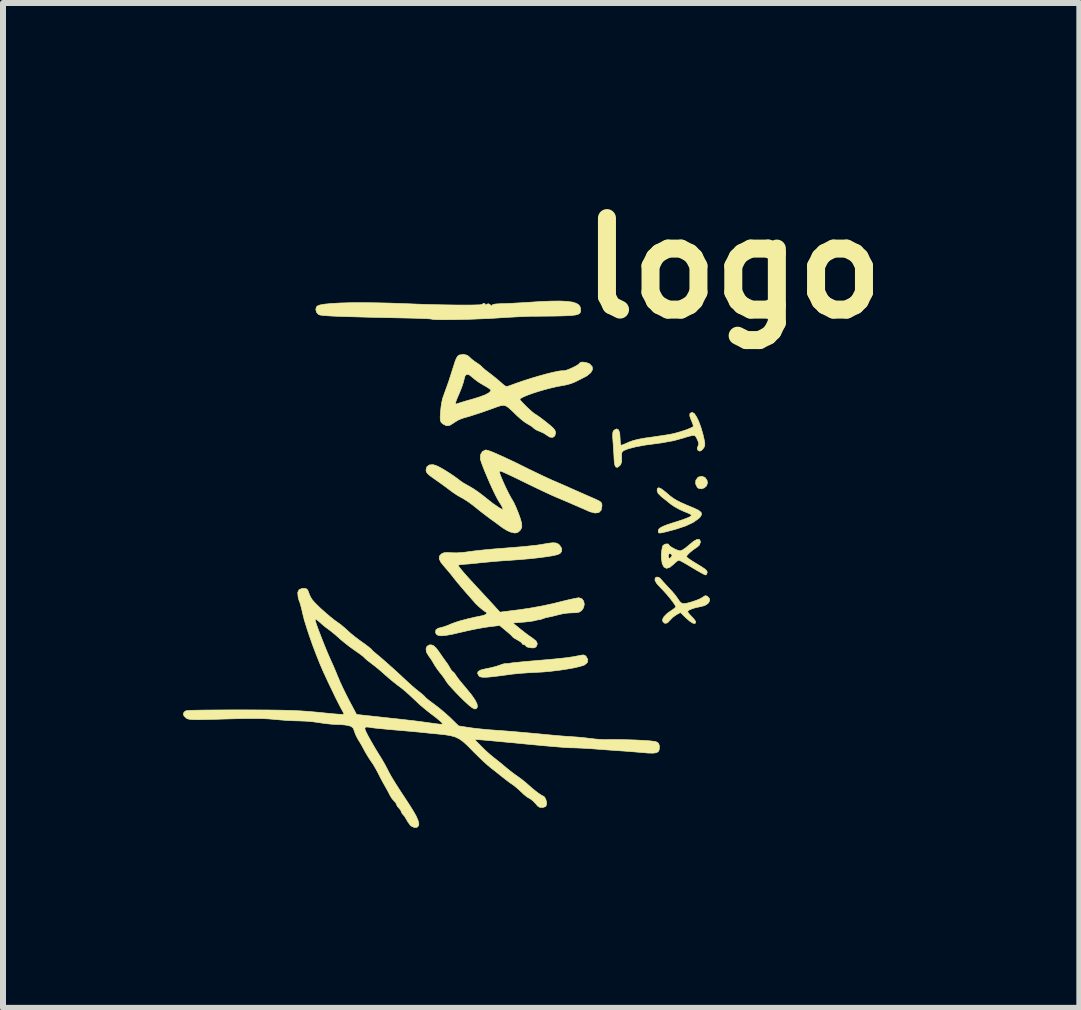
<source format=kicad_pcb>
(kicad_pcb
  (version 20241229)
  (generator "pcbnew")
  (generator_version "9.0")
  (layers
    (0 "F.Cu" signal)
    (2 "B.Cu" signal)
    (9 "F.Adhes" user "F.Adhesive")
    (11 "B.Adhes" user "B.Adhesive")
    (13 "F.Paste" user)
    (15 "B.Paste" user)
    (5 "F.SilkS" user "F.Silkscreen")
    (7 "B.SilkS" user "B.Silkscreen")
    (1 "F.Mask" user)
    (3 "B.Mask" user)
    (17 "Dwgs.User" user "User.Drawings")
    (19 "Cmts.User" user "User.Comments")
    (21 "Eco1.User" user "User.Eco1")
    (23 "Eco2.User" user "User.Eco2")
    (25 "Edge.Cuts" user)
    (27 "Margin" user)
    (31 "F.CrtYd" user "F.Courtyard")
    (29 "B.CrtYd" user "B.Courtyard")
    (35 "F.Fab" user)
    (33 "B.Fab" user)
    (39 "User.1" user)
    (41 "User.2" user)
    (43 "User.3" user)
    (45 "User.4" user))
  (footprint "logo"
    (layer "F.Cu")
    (at 9.166 1.418)
    (property "Reference" "logo" (at 0 0 0) (layer "F.SilkS") (effects (font (size 1.524 1.524) (thickness 0.3))))
    (attr through_hole)
    (fp_poly (pts (xy -0.471 3.487) (xy -0.438 3.533) (xy -0.43 3.575) (xy -0.445 3.625) (xy -0.484 3.66) (xy -0.534 3.676) (xy -0.581 3.666) (xy -0.601 3.649) (xy -0.628 3.592) (xy -0.624 3.533) (xy -0.591 3.487) (xy -0.577 3.478) (xy -0.521 3.467) (xy -0.471 3.487)) (stroke (width 0.01) (type solid)) (fill yes) (layer "F.SilkS"))
    (fp_poly (pts (xy -4.996 6.287) (xy -4.959 6.319) (xy -4.913 6.376) (xy -4.891 6.409) (xy -4.846 6.474) (xy -4.806 6.53) (xy -4.78 6.566) (xy -4.777 6.569) (xy -4.749 6.61) (xy -4.719 6.662) (xy -4.694 6.702) (xy -4.675 6.721) (xy -4.673 6.721) (xy -4.654 6.736) (xy -4.628 6.773) (xy -4.625 6.778) (xy -4.598 6.817) (xy -4.553 6.876) (xy -4.495 6.945) (xy -4.453 6.995) (xy -4.363 7.105) (xy -4.302 7.193) (xy -4.269 7.259) (xy -4.263 7.307) (xy -4.266 7.315) (xy -4.283 7.339) (xy -4.31 7.342) (xy -4.35 7.322) (xy -4.407 7.278) (xy -4.484 7.207) (xy -4.55 7.142) (xy -4.624 7.066) (xy -4.69 6.995) (xy -4.742 6.936) (xy -4.774 6.895) (xy -4.779 6.887) (xy -4.807 6.843) (xy -4.849 6.784) (xy -4.882 6.744) (xy -4.93 6.681) (xy -4.973 6.617) (xy -4.992 6.584) (xy -5.029 6.522) (xy -5.071 6.463) (xy -5.073 6.461) (xy -5.11 6.4) (xy -5.119 6.343) (xy -5.103 6.299) (xy -5.064 6.276) (xy -5.031 6.275) (xy -4.996 6.287)) (stroke (width 0.01) (type solid)) (fill yes) (layer "F.SilkS"))
    (fp_poly (pts (xy -2.47 6.451) (xy -2.453 6.466) (xy -2.423 6.52) (xy -2.431 6.569) (xy -2.476 6.608) (xy -2.488 6.614) (xy -2.556 6.635) (xy -2.654 6.658) (xy -2.773 6.679) (xy -2.905 6.699) (xy -3.041 6.715) (xy -3.173 6.727) (xy -3.283 6.733) (xy -3.406 6.739) (xy -3.544 6.749) (xy -3.677 6.762) (xy -3.751 6.772) (xy -3.9 6.792) (xy -4.016 6.806) (xy -4.101 6.814) (xy -4.162 6.815) (xy -4.203 6.811) (xy -4.228 6.801) (xy -4.237 6.793) (xy -4.26 6.751) (xy -4.251 6.719) (xy -4.206 6.693) (xy -4.125 6.673) (xy -4.113 6.671) (xy -4.03 6.654) (xy -3.949 6.633) (xy -3.896 6.615) (xy -3.843 6.596) (xy -3.806 6.587) (xy -3.798 6.587) (xy -3.769 6.587) (xy -3.72 6.581) (xy -3.712 6.579) (xy -3.671 6.573) (xy -3.599 6.566) (xy -3.503 6.556) (xy -3.39 6.546) (xy -3.273 6.536) (xy -3.072 6.519) (xy -2.906 6.503) (xy -2.771 6.488) (xy -2.664 6.472) (xy -2.58 6.456) (xy -2.556 6.451) (xy -2.503 6.442) (xy -2.47 6.451)) (stroke (width 0.01) (type solid)) (fill yes) (layer "F.SilkS"))
    (fp_poly (pts (xy -1.198 3.676) (xy -1.135 3.724) (xy -1.1 3.754) (xy -1.047 3.799) (xy -0.996 3.836) (xy -0.938 3.871) (xy -0.866 3.907) (xy -0.772 3.948) (xy -0.659 3.995) (xy -0.58 4.032) (xy -0.537 4.067) (xy -0.528 4.103) (xy -0.552 4.145) (xy -0.579 4.172) (xy -0.668 4.235) (xy -0.794 4.294) (xy -0.954 4.347) (xy -1.023 4.366) (xy -1.119 4.391) (xy -1.183 4.406) (xy -1.222 4.412) (xy -1.242 4.409) (xy -1.249 4.399) (xy -1.25 4.38) (xy -1.25 4.377) (xy -1.244 4.352) (xy -1.222 4.329) (xy -1.178 4.304) (xy -1.109 4.276) (xy -1.009 4.243) (xy -0.948 4.224) (xy -0.862 4.196) (xy -0.788 4.169) (xy -0.734 4.147) (xy -0.715 4.136) (xy -0.699 4.121) (xy -0.701 4.108) (xy -0.727 4.092) (xy -0.782 4.068) (xy -0.816 4.055) (xy -0.899 4.017) (xy -0.982 3.971) (xy -1.042 3.93) (xy -1.106 3.878) (xy -1.172 3.826) (xy -1.2 3.804) (xy -1.254 3.749) (xy -1.27 3.702) (xy -1.263 3.666) (xy -1.24 3.657) (xy -1.198 3.676)) (stroke (width 0.01) (type solid)) (fill yes) (layer "F.SilkS"))
    (fp_poly (pts (xy -1.239 5.15) (xy -1.207 5.179) (xy -1.174 5.217) (xy -1.125 5.271) (xy -1.07 5.331) (xy -1.066 5.334) (xy -1.01 5.395) (xy -0.961 5.454) (xy -0.929 5.499) (xy -0.928 5.5) (xy -0.894 5.551) (xy -0.863 5.579) (xy -0.825 5.588) (xy -0.769 5.58) (xy -0.695 5.56) (xy -0.619 5.534) (xy -0.553 5.507) (xy -0.511 5.483) (xy -0.508 5.48) (xy -0.47 5.456) (xy -0.437 5.462) (xy -0.434 5.464) (xy -0.397 5.502) (xy -0.395 5.545) (xy -0.422 5.586) (xy -0.476 5.62) (xy -0.544 5.638) (xy -0.619 5.653) (xy -0.687 5.674) (xy -0.738 5.696) (xy -0.761 5.717) (xy -0.762 5.72) (xy -0.749 5.742) (xy -0.716 5.78) (xy -0.694 5.803) (xy -0.653 5.847) (xy -0.629 5.883) (xy -0.625 5.895) (xy -0.637 5.919) (xy -0.67 5.915) (xy -0.72 5.885) (xy -0.783 5.831) (xy -0.786 5.828) (xy -0.88 5.736) (xy -0.945 5.771) (xy -1.003 5.812) (xy -1.052 5.861) (xy -1.053 5.863) (xy -1.098 5.909) (xy -1.138 5.917) (xy -1.171 5.892) (xy -1.18 5.854) (xy -1.155 5.806) (xy -1.101 5.751) (xy -1.044 5.711) (xy -0.995 5.677) (xy -0.964 5.651) (xy -0.957 5.641) (xy -0.97 5.613) (xy -1.003 5.565) (xy -1.05 5.503) (xy -1.106 5.436) (xy -1.164 5.371) (xy -1.209 5.325) (xy -1.275 5.253) (xy -1.305 5.199) (xy -1.301 5.161) (xy -1.277 5.145) (xy -1.239 5.15)) (stroke (width 0.01) (type solid)) (fill yes) (layer "F.SilkS"))
    (fp_poly (pts (xy -0.548 4.549) (xy -0.547 4.563) (xy -0.566 4.614) (xy -0.602 4.646) (xy -0.662 4.686) (xy -0.718 4.731) (xy -0.761 4.772) (xy -0.781 4.801) (xy -0.782 4.804) (xy -0.766 4.822) (xy -0.723 4.853) (xy -0.66 4.894) (xy -0.605 4.927) (xy -0.522 4.978) (xy -0.468 5.015) (xy -0.441 5.043) (xy -0.434 5.066) (xy -0.434 5.068) (xy -0.447 5.102) (xy -0.459 5.111) (xy -0.482 5.103) (xy -0.532 5.077) (xy -0.599 5.039) (xy -0.679 4.991) (xy -0.681 4.99) (xy -0.761 4.942) (xy -0.83 4.902) (xy -0.881 4.875) (xy -0.906 4.865) (xy -0.907 4.865) (xy -0.933 4.878) (xy -0.974 4.911) (xy -0.996 4.933) (xy -1.06 4.985) (xy -1.113 5) (xy -1.155 4.978) (xy -1.184 4.923) (xy -1.197 4.834) (xy -1.197 4.808) (xy -1.08 4.808) (xy -1.069 4.836) (xy -1.051 4.829) (xy -1.039 4.818) (xy -1.019 4.787) (xy -1.03 4.765) (xy -1.06 4.752) (xy -1.08 4.769) (xy -1.08 4.808) (xy -1.197 4.808) (xy -1.198 4.773) (xy -1.192 4.703) (xy -1.182 4.647) (xy -1.171 4.619) (xy -1.141 4.599) (xy -1.105 4.592) (xy -1.079 4.598) (xy -1.075 4.607) (xy -1.058 4.628) (xy -1.018 4.655) (xy -0.967 4.682) (xy -0.916 4.702) (xy -0.883 4.709) (xy -0.85 4.696) (xy -0.799 4.663) (xy -0.742 4.616) (xy -0.736 4.611) (xy -0.661 4.549) (xy -0.603 4.518) (xy -0.565 4.518) (xy -0.548 4.549)) (stroke (width 0.01) (type solid)) (fill yes) (layer "F.SilkS"))
    (fp_poly (pts (xy -0.65 2.421) (xy -0.615 2.472) (xy -0.577 2.549) (xy -0.541 2.646) (xy -0.508 2.758) (xy -0.498 2.798) (xy -0.481 2.875) (xy -0.474 2.924) (xy -0.476 2.957) (xy -0.487 2.984) (xy -0.496 2.998) (xy -0.528 3.034) (xy -0.558 3.048) (xy -0.59 3.033) (xy -0.601 2.998) (xy -0.587 2.962) (xy -0.575 2.932) (xy -0.585 2.888) (xy -0.593 2.866) (xy -0.617 2.818) (xy -0.64 2.788) (xy -0.643 2.785) (xy -0.67 2.785) (xy -0.725 2.797) (xy -0.797 2.817) (xy -0.836 2.83) (xy -0.996 2.874) (xy -1.19 2.909) (xy -1.275 2.921) (xy -1.47 2.947) (xy -1.626 2.976) (xy -1.746 3.007) (xy -1.816 3.034) (xy -1.846 3.053) (xy -1.859 3.08) (xy -1.861 3.128) (xy -1.859 3.152) (xy -1.86 3.224) (xy -1.876 3.271) (xy -1.887 3.284) (xy -1.924 3.316) (xy -1.951 3.315) (xy -1.967 3.297) (xy -1.977 3.264) (xy -1.984 3.208) (xy -1.986 3.175) (xy -1.989 3.109) (xy -1.995 3.021) (xy -2.001 2.926) (xy -2.003 2.901) (xy -2.009 2.815) (xy -2.009 2.759) (xy -2.004 2.725) (xy -1.991 2.704) (xy -1.984 2.697) (xy -1.942 2.677) (xy -1.911 2.694) (xy -1.892 2.745) (xy -1.886 2.831) (xy -1.883 2.893) (xy -1.876 2.936) (xy -1.868 2.95) (xy -1.842 2.942) (xy -1.793 2.922) (xy -1.745 2.9) (xy -1.678 2.875) (xy -1.592 2.852) (xy -1.48 2.831) (xy -1.358 2.814) (xy -1.249 2.798) (xy -1.147 2.783) (xy -1.062 2.769) (xy -1.003 2.757) (xy -0.992 2.755) (xy -0.884 2.725) (xy -0.791 2.695) (xy -0.72 2.667) (xy -0.676 2.645) (xy -0.665 2.631) (xy -0.673 2.6) (xy -0.692 2.55) (xy -0.701 2.53) (xy -0.725 2.462) (xy -0.723 2.421) (xy -0.695 2.404) (xy -0.681 2.403) (xy -0.65 2.421)) (stroke (width 0.01) (type solid)) (fill yes) (layer "F.SilkS"))
    (fp_poly (pts (xy -2.766 0.553) (xy -2.678 0.565) (xy -2.615 0.585) (xy -2.573 0.612) (xy -2.55 0.647) (xy -2.544 0.676) (xy -2.543 0.715) (xy -2.553 0.745) (xy -2.579 0.765) (xy -2.626 0.779) (xy -2.698 0.788) (xy -2.8 0.793) (xy -2.899 0.796) (xy -3.016 0.798) (xy -3.132 0.799) (xy -3.236 0.8) (xy -3.315 0.801) (xy -3.331 0.8) (xy -3.391 0.801) (xy -3.481 0.805) (xy -3.595 0.81) (xy -3.726 0.817) (xy -3.865 0.825) (xy -3.936 0.83) (xy -4.072 0.838) (xy -4.217 0.844) (xy -4.364 0.85) (xy -4.509 0.854) (xy -4.646 0.857) (xy -4.771 0.858) (xy -4.876 0.858) (xy -4.958 0.856) (xy -5.01 0.852) (xy -5.027 0.848) (xy -5.048 0.845) (xy -5.102 0.841) (xy -5.182 0.838) (xy -5.281 0.834) (xy -5.365 0.832) (xy -5.645 0.826) (xy -5.888 0.821) (xy -6.097 0.816) (xy -6.275 0.811) (xy -6.425 0.807) (xy -6.548 0.803) (xy -6.648 0.799) (xy -6.728 0.795) (xy -6.789 0.791) (xy -6.835 0.787) (xy -6.868 0.783) (xy -6.89 0.778) (xy -6.905 0.773) (xy -6.912 0.769) (xy -6.945 0.731) (xy -6.955 0.682) (xy -6.94 0.639) (xy -6.931 0.631) (xy -6.888 0.613) (xy -6.809 0.599) (xy -6.697 0.588) (xy -6.554 0.58) (xy -6.384 0.575) (xy -6.19 0.574) (xy -5.974 0.576) (xy -5.739 0.581) (xy -5.488 0.59) (xy -5.402 0.593) (xy -5.255 0.599) (xy -5.1 0.604) (xy -4.943 0.608) (xy -4.789 0.611) (xy -4.642 0.613) (xy -4.507 0.614) (xy -4.39 0.614) (xy -4.296 0.612) (xy -4.229 0.61) (xy -4.194 0.606) (xy -4.19 0.604) (xy -4.163 0.588) (xy -4.15 0.586) (xy -4.131 0.597) (xy -4.135 0.611) (xy -4.137 0.622) (xy -4.116 0.607) (xy -4.083 0.591) (xy -4.059 0.603) (xy -4.033 0.621) (xy -4.012 0.624) (xy -4.013 0.61) (xy -3.999 0.603) (xy -3.955 0.596) (xy -3.889 0.592) (xy -3.862 0.591) (xy -3.781 0.589) (xy -3.675 0.584) (xy -3.555 0.577) (xy -3.436 0.57) (xy -3.419 0.569) (xy -3.205 0.555) (xy -3.027 0.548) (xy -2.881 0.547) (xy -2.766 0.553)) (stroke (width 0.01) (type solid)) (fill yes) (layer "F.SilkS"))
    (fp_poly (pts (xy -4.079 3.038) (xy -4.009 3.064) (xy -3.908 3.108) (xy -3.779 3.167) (xy -3.622 3.241) (xy -3.442 3.33) (xy -3.41 3.346) (xy -3.304 3.397) (xy -3.2 3.447) (xy -3.108 3.49) (xy -3.038 3.522) (xy -3.019 3.531) (xy -2.948 3.561) (xy -2.856 3.601) (xy -2.76 3.643) (xy -2.716 3.663) (xy -2.612 3.709) (xy -2.497 3.76) (xy -2.39 3.807) (xy -2.359 3.82) (xy -2.28 3.855) (xy -2.23 3.88) (xy -2.203 3.901) (xy -2.191 3.924) (xy -2.188 3.953) (xy -2.188 3.962) (xy -2.201 4.031) (xy -2.239 4.07) (xy -2.301 4.079) (xy -2.385 4.058) (xy -2.421 4.043) (xy -2.482 4.015) (xy -2.534 3.993) (xy -2.55 3.986) (xy -2.591 3.968) (xy -2.65 3.943) (xy -2.677 3.931) (xy -2.734 3.906) (xy -2.814 3.872) (xy -2.903 3.834) (xy -2.951 3.814) (xy -3.029 3.78) (xy -3.132 3.732) (xy -3.251 3.676) (xy -3.377 3.615) (xy -3.495 3.558) (xy -3.604 3.504) (xy -3.703 3.457) (xy -3.785 3.419) (xy -3.845 3.392) (xy -3.877 3.381) (xy -3.88 3.38) (xy -3.894 3.387) (xy -3.892 3.413) (xy -3.873 3.465) (xy -3.87 3.473) (xy -3.831 3.565) (xy -3.786 3.663) (xy -3.741 3.754) (xy -3.702 3.826) (xy -3.685 3.854) (xy -3.652 3.912) (xy -3.615 3.994) (xy -3.578 4.086) (xy -3.547 4.173) (xy -3.528 4.243) (xy -3.525 4.257) (xy -3.523 4.316) (xy -3.545 4.359) (xy -3.555 4.372) (xy -3.595 4.404) (xy -3.64 4.412) (xy -3.702 4.398) (xy -3.726 4.39) (xy -3.777 4.365) (xy -3.841 4.326) (xy -3.879 4.298) (xy -3.942 4.251) (xy -4.004 4.206) (xy -4.032 4.186) (xy -4.109 4.129) (xy -4.215 4.047) (xy -4.349 3.94) (xy -4.356 3.935) (xy -4.425 3.885) (xy -4.501 3.837) (xy -4.533 3.82) (xy -4.601 3.781) (xy -4.677 3.73) (xy -4.72 3.698) (xy -4.782 3.651) (xy -4.862 3.593) (xy -4.945 3.534) (xy -4.968 3.518) (xy -5.041 3.466) (xy -5.087 3.428) (xy -5.111 3.397) (xy -5.119 3.369) (xy -5.119 3.361) (xy -5.104 3.307) (xy -5.062 3.277) (xy -5 3.273) (xy -4.949 3.288) (xy -4.893 3.315) (xy -4.816 3.359) (xy -4.731 3.412) (xy -4.649 3.467) (xy -4.579 3.518) (xy -4.554 3.538) (xy -4.511 3.569) (xy -4.448 3.606) (xy -4.397 3.634) (xy -4.331 3.673) (xy -4.25 3.728) (xy -4.168 3.79) (xy -4.139 3.813) (xy -4.007 3.918) (xy -3.898 3.992) (xy -3.844 4.021) (xy -3.836 4.015) (xy -3.846 3.986) (xy -3.869 3.942) (xy -3.897 3.898) (xy -3.926 3.85) (xy -3.965 3.775) (xy -4.01 3.681) (xy -4.058 3.576) (xy -4.105 3.467) (xy -4.148 3.364) (xy -4.183 3.273) (xy -4.207 3.204) (xy -4.215 3.169) (xy -4.21 3.105) (xy -4.18 3.055) (xy -4.132 3.03) (xy -4.117 3.028) (xy -4.079 3.038)) (stroke (width 0.01) (type solid)) (fill yes) (layer "F.SilkS"))
    (fp_poly (pts (xy -4.429 1.452) (xy -4.391 1.484) (xy -4.36 1.514) (xy -4.311 1.552) (xy -4.285 1.569) (xy -4.235 1.603) (xy -4.2 1.631) (xy -4.191 1.641) (xy -4.17 1.662) (xy -4.126 1.699) (xy -4.069 1.742) (xy -4.067 1.744) (xy -3.995 1.8) (xy -3.92 1.861) (xy -3.872 1.903) (xy -3.823 1.946) (xy -3.79 1.967) (xy -3.761 1.968) (xy -3.726 1.957) (xy -3.611 1.915) (xy -3.486 1.872) (xy -3.356 1.831) (xy -3.228 1.793) (xy -3.108 1.76) (xy -3.002 1.734) (xy -2.917 1.716) (xy -2.858 1.708) (xy -2.835 1.709) (xy -2.803 1.706) (xy -2.751 1.689) (xy -2.69 1.663) (xy -2.631 1.634) (xy -2.584 1.606) (xy -2.56 1.584) (xy -2.56 1.581) (xy -2.543 1.567) (xy -2.503 1.564) (xy -2.453 1.571) (xy -2.405 1.588) (xy -2.393 1.595) (xy -2.351 1.639) (xy -2.345 1.689) (xy -2.375 1.741) (xy -2.438 1.793) (xy -2.477 1.814) (xy -2.549 1.851) (xy -2.625 1.889) (xy -2.641 1.897) (xy -2.707 1.923) (xy -2.789 1.945) (xy -2.842 1.955) (xy -2.933 1.971) (xy -3.036 1.995) (xy -3.144 2.023) (xy -3.253 2.055) (xy -3.354 2.088) (xy -3.441 2.12) (xy -3.508 2.149) (xy -3.548 2.173) (xy -3.556 2.185) (xy -3.543 2.205) (xy -3.508 2.243) (xy -3.46 2.292) (xy -3.407 2.343) (xy -3.357 2.388) (xy -3.318 2.42) (xy -3.302 2.43) (xy -3.275 2.447) (xy -3.225 2.482) (xy -3.161 2.53) (xy -3.116 2.565) (xy -3.043 2.625) (xy -2.996 2.668) (xy -2.971 2.701) (xy -2.961 2.731) (xy -2.96 2.744) (xy -2.974 2.795) (xy -3.009 2.819) (xy -3.059 2.813) (xy -3.101 2.786) (xy -3.159 2.748) (xy -3.224 2.719) (xy -3.227 2.718) (xy -3.281 2.695) (xy -3.32 2.669) (xy -3.324 2.665) (xy -3.356 2.637) (xy -3.407 2.605) (xy -3.424 2.596) (xy -3.475 2.564) (xy -3.54 2.513) (xy -3.607 2.453) (xy -3.621 2.439) (xy -3.695 2.367) (xy -3.749 2.319) (xy -3.792 2.292) (xy -3.833 2.284) (xy -3.881 2.292) (xy -3.945 2.313) (xy -3.996 2.332) (xy -4.195 2.403) (xy -4.385 2.464) (xy -4.506 2.499) (xy -4.573 2.525) (xy -4.642 2.566) (xy -4.66 2.579) (xy -4.724 2.619) (xy -4.778 2.625) (xy -4.834 2.597) (xy -4.853 2.582) (xy -4.871 2.561) (xy -4.88 2.533) (xy -4.883 2.488) (xy -4.879 2.417) (xy -4.877 2.389) (xy -4.868 2.302) (xy -4.859 2.247) (xy -4.628 2.247) (xy -4.625 2.262) (xy -4.61 2.261) (xy -4.6 2.257) (xy -4.566 2.246) (xy -4.504 2.227) (xy -4.424 2.203) (xy -4.358 2.185) (xy -4.228 2.145) (xy -4.13 2.108) (xy -4.067 2.073) (xy -4.039 2.043) (xy -4.043 2.023) (xy -4.071 2.002) (xy -4.121 1.97) (xy -4.166 1.945) (xy -4.239 1.901) (xy -4.31 1.849) (xy -4.341 1.822) (xy -4.398 1.777) (xy -4.44 1.767) (xy -4.468 1.793) (xy -4.484 1.85) (xy -4.498 1.906) (xy -4.523 1.981) (xy -4.554 2.059) (xy -4.555 2.061) (xy -4.594 2.152) (xy -4.618 2.212) (xy -4.628 2.247) (xy -4.859 2.247) (xy -4.854 2.221) (xy -4.84 2.161) (xy -4.837 2.154) (xy -4.74 1.883) (xy -4.661 1.636) (xy -4.634 1.551) (xy -4.611 1.496) (xy -4.59 1.464) (xy -4.564 1.447) (xy -4.56 1.445) (xy -4.492 1.435) (xy -4.429 1.452)) (stroke (width 0.01) (type solid)) (fill yes) (layer "F.SilkS"))
    (fp_poly (pts (xy -2.957 4.577) (xy -2.921 4.591) (xy -2.892 4.615) (xy -2.858 4.67) (xy -2.861 4.72) (xy -2.887 4.753) (xy -2.924 4.77) (xy -2.997 4.788) (xy -3.102 4.805) (xy -3.234 4.823) (xy -3.391 4.84) (xy -3.569 4.855) (xy -3.716 4.866) (xy -3.841 4.874) (xy -3.968 4.884) (xy -4.086 4.895) (xy -4.181 4.904) (xy -4.211 4.907) (xy -4.303 4.917) (xy -4.393 4.926) (xy -4.464 4.931) (xy -4.479 4.932) (xy -4.536 4.937) (xy -4.575 4.944) (xy -4.583 4.948) (xy -4.576 4.965) (xy -4.544 5.007) (xy -4.488 5.074) (xy -4.405 5.167) (xy -4.296 5.286) (xy -4.166 5.426) (xy -4.099 5.498) (xy -4.033 5.57) (xy -3.978 5.63) (xy -3.961 5.649) (xy -3.888 5.73) (xy -3.561 5.689) (xy -3.374 5.661) (xy -3.176 5.625) (xy -2.988 5.584) (xy -2.928 5.569) (xy -2.82 5.542) (xy -2.723 5.519) (xy -2.643 5.502) (xy -2.589 5.492) (xy -2.572 5.49) (xy -2.523 5.506) (xy -2.492 5.547) (xy -2.482 5.601) (xy -2.496 5.659) (xy -2.526 5.702) (xy -2.564 5.728) (xy -2.612 5.739) (xy -2.678 5.741) (xy -2.756 5.745) (xy -2.848 5.758) (xy -2.911 5.773) (xy -2.982 5.791) (xy -3.043 5.806) (xy -3.077 5.812) (xy -3.124 5.822) (xy -3.171 5.838) (xy -3.214 5.853) (xy -3.239 5.857) (xy -3.267 5.86) (xy -3.298 5.869) (xy -3.339 5.878) (xy -3.405 5.887) (xy -3.486 5.896) (xy -3.508 5.897) (xy -3.672 5.91) (xy -3.55 6.01) (xy -3.479 6.066) (xy -3.407 6.12) (xy -3.349 6.16) (xy -3.346 6.162) (xy -3.285 6.211) (xy -3.264 6.257) (xy -3.281 6.301) (xy -3.286 6.307) (xy -3.311 6.323) (xy -3.349 6.326) (xy -3.41 6.317) (xy -3.414 6.317) (xy -3.449 6.303) (xy -3.458 6.29) (xy -3.474 6.274) (xy -3.488 6.272) (xy -3.514 6.262) (xy -3.517 6.253) (xy -3.533 6.233) (xy -3.573 6.206) (xy -3.593 6.195) (xy -3.641 6.168) (xy -3.672 6.146) (xy -3.676 6.14) (xy -3.694 6.121) (xy -3.733 6.085) (xy -3.786 6.04) (xy -3.787 6.039) (xy -3.892 5.952) (xy -4.081 5.975) (xy -4.172 5.989) (xy -4.287 6.01) (xy -4.413 6.036) (xy -4.535 6.064) (xy -4.552 6.068) (xy -4.689 6.1) (xy -4.794 6.118) (xy -4.869 6.124) (xy -4.92 6.116) (xy -4.949 6.095) (xy -4.96 6.069) (xy -4.955 6.026) (xy -4.919 5.999) (xy -4.867 5.986) (xy -4.812 5.971) (xy -4.743 5.945) (xy -4.713 5.931) (xy -4.643 5.904) (xy -4.545 5.873) (xy -4.426 5.842) (xy -4.297 5.812) (xy -4.196 5.792) (xy -4.142 5.777) (xy -4.11 5.757) (xy -4.106 5.738) (xy -4.121 5.729) (xy -4.149 5.711) (xy -4.193 5.677) (xy -4.242 5.635) (xy -4.284 5.595) (xy -4.3 5.578) (xy -4.319 5.556) (xy -4.358 5.512) (xy -4.41 5.452) (xy -4.459 5.397) (xy -4.524 5.321) (xy -4.587 5.247) (xy -4.637 5.185) (xy -4.66 5.156) (xy -4.705 5.098) (xy -4.763 5.029) (xy -4.811 4.974) (xy -4.871 4.9) (xy -4.899 4.842) (xy -4.896 4.797) (xy -4.863 4.76) (xy -4.861 4.759) (xy -4.822 4.741) (xy -4.767 4.736) (xy -4.699 4.74) (xy -4.606 4.742) (xy -4.491 4.734) (xy -4.396 4.721) (xy -4.32 4.711) (xy -4.214 4.699) (xy -4.086 4.686) (xy -3.948 4.674) (xy -3.806 4.663) (xy -3.771 4.66) (xy -3.633 4.649) (xy -3.499 4.638) (xy -3.376 4.625) (xy -3.273 4.614) (xy -3.199 4.603) (xy -3.183 4.6) (xy -3.08 4.582) (xy -3.007 4.574) (xy -2.957 4.577)) (stroke (width 0.01) (type solid)) (fill yes) (layer "F.SilkS"))
    (fp_poly (pts (xy -7.121 5.337) (xy -7.096 5.353) (xy -7.077 5.391) (xy -7.065 5.427) (xy -7.044 5.476) (xy -7.013 5.525) (xy -6.964 5.58) (xy -6.893 5.65) (xy -6.863 5.678) (xy -6.786 5.746) (xy -6.711 5.81) (xy -6.647 5.861) (xy -6.609 5.888) (xy -6.546 5.933) (xy -6.477 5.99) (xy -6.439 6.025) (xy -6.383 6.076) (xy -6.308 6.137) (xy -6.226 6.199) (xy -6.197 6.22) (xy -6.128 6.269) (xy -6.071 6.313) (xy -6.033 6.344) (xy -6.024 6.355) (xy -5.999 6.381) (xy -5.956 6.418) (xy -5.94 6.431) (xy -5.895 6.468) (xy -5.828 6.526) (xy -5.744 6.6) (xy -5.65 6.684) (xy -5.553 6.773) (xy -5.457 6.862) (xy -5.422 6.895) (xy -5.355 6.956) (xy -5.283 7.017) (xy -5.236 7.054) (xy -5.185 7.095) (xy -5.147 7.129) (xy -5.134 7.144) (xy -5.112 7.166) (xy -5.066 7.203) (xy -5.005 7.249) (xy -4.977 7.269) (xy -4.893 7.334) (xy -4.8 7.412) (xy -4.716 7.488) (xy -4.706 7.498) (xy -4.576 7.625) (xy -4.403 7.652) (xy -4.318 7.664) (xy -4.207 7.676) (xy -4.083 7.688) (xy -3.96 7.697) (xy -3.937 7.699) (xy -3.821 7.707) (xy -3.679 7.718) (xy -3.522 7.732) (xy -3.365 7.746) (xy -3.234 7.758) (xy -3.101 7.771) (xy -2.972 7.783) (xy -2.855 7.793) (xy -2.76 7.8) (xy -2.693 7.804) (xy -2.687 7.805) (xy -2.596 7.811) (xy -2.49 7.821) (xy -2.391 7.833) (xy -2.39 7.833) (xy -2.296 7.844) (xy -2.2 7.851) (xy -2.121 7.854) (xy -2.116 7.853) (xy -2.003 7.852) (xy -1.878 7.853) (xy -1.75 7.856) (xy -1.625 7.86) (xy -1.509 7.866) (xy -1.41 7.872) (xy -1.335 7.88) (xy -1.29 7.887) (xy -1.285 7.889) (xy -1.247 7.913) (xy -1.232 7.952) (xy -1.231 7.98) (xy -1.235 8.024) (xy -1.25 8.054) (xy -1.283 8.072) (xy -1.338 8.079) (xy -1.421 8.077) (xy -1.527 8.068) (xy -1.634 8.059) (xy -1.743 8.05) (xy -1.838 8.043) (xy -1.885 8.04) (xy -1.958 8.035) (xy -2.057 8.028) (xy -2.17 8.02) (xy -2.284 8.011) (xy -2.296 8.01) (xy -2.407 8.002) (xy -2.516 7.996) (xy -2.611 7.992) (xy -2.679 7.99) (xy -2.687 7.99) (xy -2.733 7.989) (xy -2.814 7.984) (xy -2.922 7.975) (xy -3.054 7.964) (xy -3.202 7.951) (xy -3.362 7.936) (xy -3.497 7.923) (xy -3.659 7.907) (xy -3.812 7.893) (xy -3.949 7.88) (xy -4.067 7.869) (xy -4.159 7.861) (xy -4.222 7.856) (xy -4.248 7.854) (xy -4.307 7.854) (xy -4.2 7.964) (xy -4.132 8.031) (xy -4.057 8.098) (xy -3.996 8.149) (xy -3.929 8.201) (xy -3.85 8.265) (xy -3.781 8.323) (xy -3.712 8.379) (xy -3.642 8.432) (xy -3.586 8.471) (xy -3.585 8.472) (xy -3.522 8.518) (xy -3.454 8.573) (xy -3.429 8.595) (xy -3.361 8.655) (xy -3.294 8.71) (xy -3.234 8.755) (xy -3.189 8.784) (xy -3.17 8.792) (xy -3.145 8.809) (xy -3.123 8.85) (xy -3.11 8.899) (xy -3.11 8.931) (xy -3.124 8.966) (xy -3.162 8.982) (xy -3.178 8.984) (xy -3.223 8.982) (xy -3.26 8.959) (xy -3.291 8.922) (xy -3.337 8.874) (xy -3.385 8.838) (xy -3.396 8.833) (xy -3.44 8.806) (xy -3.494 8.762) (xy -3.527 8.73) (xy -3.585 8.676) (xy -3.646 8.625) (xy -3.673 8.605) (xy -3.727 8.568) (xy -3.793 8.518) (xy -3.839 8.482) (xy -3.911 8.424) (xy -3.992 8.36) (xy -4.042 8.321) (xy -4.096 8.276) (xy -4.168 8.211) (xy -4.249 8.133) (xy -4.331 8.052) (xy -4.345 8.037) (xy -4.431 7.95) (xy -4.502 7.886) (xy -4.567 7.84) (xy -4.634 7.808) (xy -4.712 7.787) (xy -4.812 7.771) (xy -4.94 7.758) (xy -4.953 7.757) (xy -5.047 7.748) (xy -5.132 7.739) (xy -5.197 7.733) (xy -5.227 7.729) (xy -5.264 7.726) (xy -5.333 7.719) (xy -5.427 7.711) (xy -5.538 7.701) (xy -5.659 7.691) (xy -5.66 7.691) (xy -5.778 7.68) (xy -5.885 7.67) (xy -5.972 7.661) (xy -6.034 7.653) (xy -6.065 7.647) (xy -6.065 7.647) (xy -6.11 7.643) (xy -6.126 7.647) (xy -6.138 7.658) (xy -6.135 7.683) (xy -6.117 7.727) (xy -6.081 7.797) (xy -6.074 7.81) (xy -6.022 7.902) (xy -5.964 8.002) (xy -5.911 8.088) (xy -5.907 8.095) (xy -5.855 8.179) (xy -5.802 8.271) (xy -5.761 8.349) (xy -5.733 8.404) (xy -5.702 8.46) (xy -5.666 8.521) (xy -5.621 8.593) (xy -5.565 8.681) (xy -5.492 8.792) (xy -5.421 8.9) (xy -5.341 9.026) (xy -5.284 9.125) (xy -5.251 9.201) (xy -5.238 9.256) (xy -5.242 9.288) (xy -5.27 9.315) (xy -5.314 9.317) (xy -5.362 9.296) (xy -5.384 9.276) (xy -5.421 9.225) (xy -5.451 9.173) (xy -5.479 9.128) (xy -5.504 9.1) (xy -5.505 9.099) (xy -5.527 9.07) (xy -5.529 9.058) (xy -5.543 9.027) (xy -5.568 8.997) (xy -5.598 8.963) (xy -5.608 8.939) (xy -5.621 8.91) (xy -5.649 8.878) (xy -5.688 8.833) (xy -5.718 8.783) (xy -5.744 8.732) (xy -5.78 8.666) (xy -5.803 8.626) (xy -5.846 8.549) (xy -5.891 8.463) (xy -5.912 8.421) (xy -5.954 8.342) (xy -6.003 8.259) (xy -6.029 8.222) (xy -6.078 8.148) (xy -6.128 8.065) (xy -6.149 8.026) (xy -6.187 7.956) (xy -6.227 7.888) (xy -6.247 7.857) (xy -6.282 7.792) (xy -6.31 7.722) (xy -6.311 7.716) (xy -6.331 7.663) (xy -6.364 7.635) (xy -6.404 7.621) (xy -6.464 7.61) (xy -6.543 7.603) (xy -6.604 7.601) (xy -6.687 7.597) (xy -6.788 7.587) (xy -6.886 7.573) (xy -6.897 7.571) (xy -7.003 7.556) (xy -7.121 7.546) (xy -7.227 7.542) (xy -7.229 7.542) (xy -7.333 7.539) (xy -7.451 7.533) (xy -7.561 7.524) (xy -7.571 7.523) (xy -7.661 7.515) (xy -7.747 7.508) (xy -7.837 7.504) (xy -7.935 7.502) (xy -8.048 7.502) (xy -8.182 7.503) (xy -8.342 7.507) (xy -8.535 7.512) (xy -8.552 7.513) (xy -8.708 7.517) (xy -8.831 7.52) (xy -8.923 7.521) (xy -8.992 7.52) (xy -9.04 7.517) (xy -9.074 7.512) (xy -9.097 7.505) (xy -9.114 7.495) (xy -9.154 7.455) (xy -9.161 7.414) (xy -9.135 7.382) (xy -9.11 7.371) (xy -9.08 7.368) (xy -9.014 7.365) (xy -8.919 7.363) (xy -8.796 7.361) (xy -8.652 7.36) (xy -8.489 7.359) (xy -8.313 7.358) (xy -8.167 7.358) (xy -7.942 7.359) (xy -7.751 7.36) (xy -7.588 7.362) (xy -7.449 7.365) (xy -7.328 7.369) (xy -7.219 7.374) (xy -7.119 7.381) (xy -7.02 7.389) (xy -6.919 7.398) (xy -6.888 7.401) (xy -6.769 7.413) (xy -6.664 7.423) (xy -6.578 7.43) (xy -6.518 7.433) (xy -6.49 7.433) (xy -6.488 7.433) (xy -6.491 7.412) (xy -6.511 7.373) (xy -6.513 7.37) (xy -6.539 7.324) (xy -6.578 7.248) (xy -6.628 7.149) (xy -6.684 7.032) (xy -6.746 6.903) (xy -6.808 6.769) (xy -6.826 6.731) (xy -6.883 6.599) (xy -6.943 6.45) (xy -7.003 6.292) (xy -7.059 6.134) (xy -7.108 5.986) (xy -7.148 5.856) (xy -7.15 5.847) (xy -6.967 5.847) (xy -6.964 5.868) (xy -6.949 5.919) (xy -6.923 5.993) (xy -6.889 6.083) (xy -6.85 6.184) (xy -6.809 6.288) (xy -6.767 6.39) (xy -6.727 6.482) (xy -6.701 6.541) (xy -6.664 6.622) (xy -6.623 6.719) (xy -6.585 6.812) (xy -6.583 6.815) (xy -6.55 6.894) (xy -6.504 6.993) (xy -6.451 7.101) (xy -6.4 7.201) (xy -6.276 7.434) (xy -6.161 7.447) (xy -5.927 7.472) (xy -5.728 7.494) (xy -5.561 7.512) (xy -5.422 7.528) (xy -5.308 7.541) (xy -5.215 7.553) (xy -5.14 7.563) (xy -5.09 7.57) (xy -4.989 7.584) (xy -4.92 7.593) (xy -4.878 7.597) (xy -4.855 7.596) (xy -4.847 7.59) (xy -4.846 7.583) (xy -4.86 7.565) (xy -4.9 7.53) (xy -4.957 7.483) (xy -4.997 7.453) (xy -5.074 7.394) (xy -5.149 7.333) (xy -5.21 7.282) (xy -5.227 7.266) (xy -5.322 7.177) (xy -5.395 7.109) (xy -5.453 7.057) (xy -5.501 7.016) (xy -5.547 6.98) (xy -5.588 6.95) (xy -5.659 6.894) (xy -5.74 6.827) (xy -5.81 6.766) (xy -5.884 6.7) (xy -5.967 6.632) (xy -6.035 6.58) (xy -6.091 6.537) (xy -6.132 6.502) (xy -6.151 6.483) (xy -6.152 6.482) (xy -6.17 6.465) (xy -6.213 6.432) (xy -6.274 6.389) (xy -6.308 6.365) (xy -6.392 6.305) (xy -6.479 6.237) (xy -6.553 6.175) (xy -6.565 6.164) (xy -6.629 6.107) (xy -6.692 6.055) (xy -6.741 6.018) (xy -6.798 5.976) (xy -6.861 5.923) (xy -6.882 5.904) (xy -6.925 5.867) (xy -6.957 5.847) (xy -6.967 5.847) (xy -7.15 5.847) (xy -7.173 5.756) (xy -7.191 5.677) (xy -7.208 5.612) (xy -7.22 5.571) (xy -7.223 5.563) (xy -7.235 5.533) (xy -7.248 5.483) (xy -7.25 5.475) (xy -7.256 5.402) (xy -7.234 5.356) (xy -7.184 5.335) (xy -7.162 5.334) (xy -7.121 5.337)) (stroke (width 0.01) (type solid)) (fill yes) (layer "F.SilkS")))
  (gr_rect
    (start -3 -3)
    (end 14.931 13.74)
    (stroke (width 0.1) (type default))
    (fill no)
    (layer "Edge.Cuts")))
</source>
